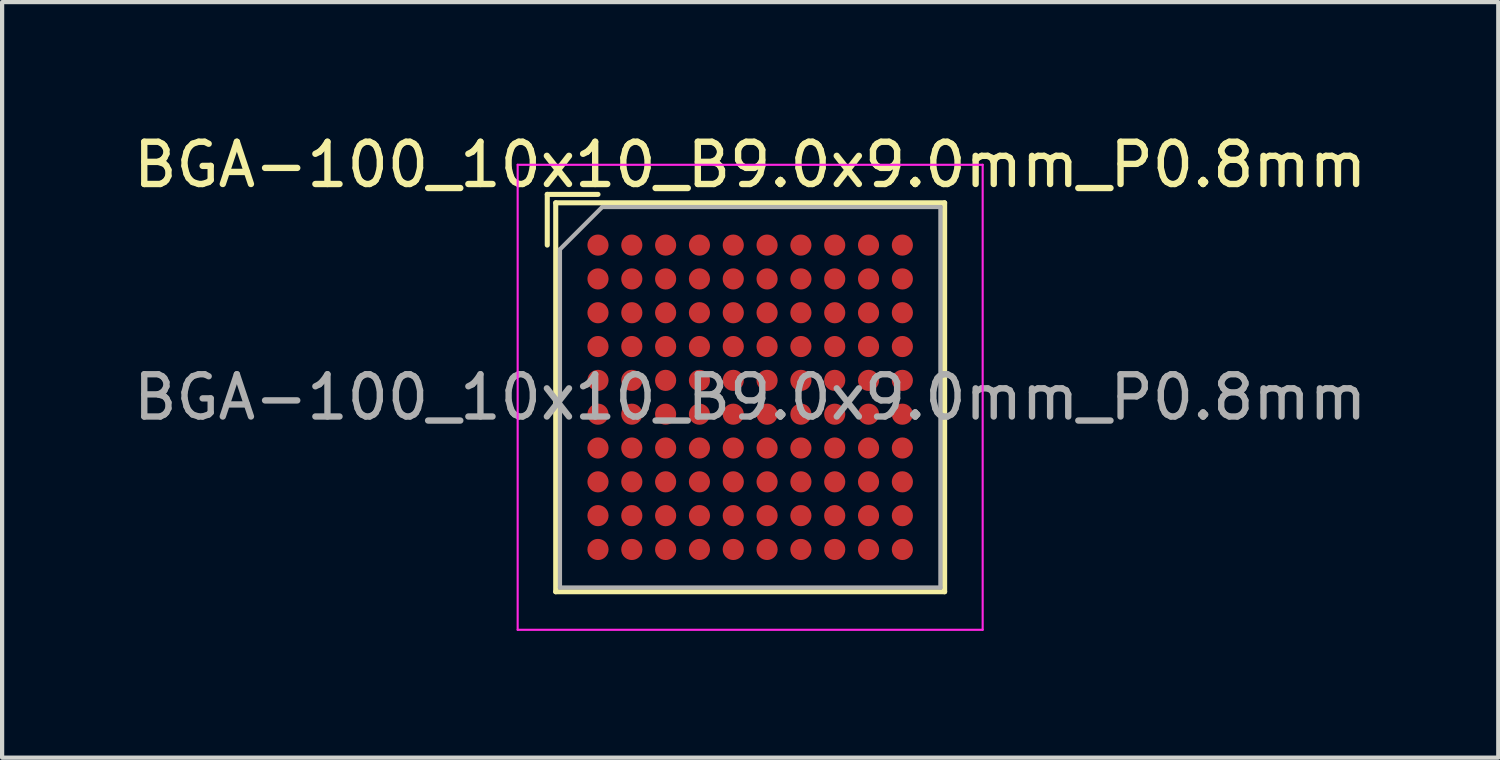
<source format=kicad_pcb>
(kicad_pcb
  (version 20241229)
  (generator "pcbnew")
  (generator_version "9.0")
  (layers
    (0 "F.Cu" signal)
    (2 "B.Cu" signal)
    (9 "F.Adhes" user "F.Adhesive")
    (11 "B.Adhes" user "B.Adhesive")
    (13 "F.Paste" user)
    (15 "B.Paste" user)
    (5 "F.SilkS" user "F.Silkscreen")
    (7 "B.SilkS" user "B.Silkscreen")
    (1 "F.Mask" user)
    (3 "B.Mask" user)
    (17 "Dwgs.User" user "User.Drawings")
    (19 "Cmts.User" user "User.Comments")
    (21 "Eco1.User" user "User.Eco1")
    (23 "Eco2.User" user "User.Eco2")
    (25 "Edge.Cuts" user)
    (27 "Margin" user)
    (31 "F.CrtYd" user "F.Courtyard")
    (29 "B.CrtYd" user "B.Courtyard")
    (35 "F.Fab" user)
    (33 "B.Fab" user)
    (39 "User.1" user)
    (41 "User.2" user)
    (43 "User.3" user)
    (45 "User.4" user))
  (footprint "BGA-100_10x10_B9.0x9.0mm_P0.8mm"
    (layer "F.Cu")
    (at 14.696 6.348)
    (property "Reference" "BGA-100_10x10_B9.0x9.0mm_P0.8mm" (at 0 -5.5 0) (layer "F.SilkS") (effects (font (size 1 1) (thickness 0.15))))
    (attr smd)
    (fp_line (start -4.8 -4.8) (end -3.6 -4.8) (stroke (width 0.12) (type solid)) (layer "F.SilkS"))
    (fp_line (start -4.8 -3.6) (end -4.8 -4.8) (stroke (width 0.12) (type solid)) (layer "F.SilkS"))
    (fp_line (start -4.6 -4.6) (end -4.6 4.6) (stroke (width 0.12) (type solid)) (layer "F.SilkS"))
    (fp_line (start -4.6 4.6) (end 4.6 4.6) (stroke (width 0.12) (type solid)) (layer "F.SilkS"))
    (fp_line (start 4.6 -4.6) (end -4.6 -4.6) (stroke (width 0.12) (type solid)) (layer "F.SilkS"))
    (fp_line (start 4.6 4.6) (end 4.6 -4.6) (stroke (width 0.12) (type solid)) (layer "F.SilkS"))
    (fp_line (start -5.5 -5.5) (end -5.5 5.5) (stroke (width 0.05) (type solid)) (layer "F.CrtYd"))
    (fp_line (start -5.5 -5.5) (end 5.5 -5.5) (stroke (width 0.05) (type solid)) (layer "F.CrtYd"))
    (fp_line (start 5.5 5.5) (end -5.5 5.5) (stroke (width 0.05) (type solid)) (layer "F.CrtYd"))
    (fp_line (start 5.5 5.5) (end 5.5 -5.5) (stroke (width 0.05) (type solid)) (layer "F.CrtYd"))
    (fp_line (start -4.5 -3.5) (end -4.5 4.5) (stroke (width 0.1) (type solid)) (layer "F.Fab"))
    (fp_line (start -4.5 4.5) (end 4.5 4.5) (stroke (width 0.1) (type solid)) (layer "F.Fab"))
    (fp_line (start -3.5 -4.5) (end -4.5 -3.5) (stroke (width 0.1) (type solid)) (layer "F.Fab"))
    (fp_line (start 4.5 -4.5) (end -3.5 -4.5) (stroke (width 0.1) (type solid)) (layer "F.Fab"))
    (fp_line (start 4.5 4.5) (end 4.5 -4.5) (stroke (width 0.1) (type solid)) (layer "F.Fab"))
    (fp_text user "${REFERENCE}" (at 0 0 0) (layer "F.Fab") (effects (font (size 1 1) (thickness 0.15))))
    (pad "A1" smd circle (at -3.6 -3.6) (size 0.5 0.5) (layers "F.Cu" "F.Mask" "F.Paste"))
    (pad "A2" smd circle (at -2.8 -3.6) (size 0.5 0.5) (layers "F.Cu" "F.Mask" "F.Paste"))
    (pad "A3" smd circle (at -2 -3.6) (size 0.5 0.5) (layers "F.Cu" "F.Mask" "F.Paste"))
    (pad "A4" smd circle (at -1.2 -3.6) (size 0.5 0.5) (layers "F.Cu" "F.Mask" "F.Paste"))
    (pad "A5" smd circle (at -0.4 -3.6) (size 0.5 0.5) (layers "F.Cu" "F.Mask" "F.Paste"))
    (pad "A6" smd circle (at 0.4 -3.6) (size 0.5 0.5) (layers "F.Cu" "F.Mask" "F.Paste"))
    (pad "A7" smd circle (at 1.2 -3.6) (size 0.5 0.5) (layers "F.Cu" "F.Mask" "F.Paste"))
    (pad "A8" smd circle (at 2 -3.6) (size 0.5 0.5) (layers "F.Cu" "F.Mask" "F.Paste"))
    (pad "A9" smd circle (at 2.8 -3.6) (size 0.5 0.5) (layers "F.Cu" "F.Mask" "F.Paste"))
    (pad "A10" smd circle (at 3.6 -3.6) (size 0.5 0.5) (layers "F.Cu" "F.Mask" "F.Paste"))
    (pad "B1" smd circle (at -3.6 -2.8) (size 0.5 0.5) (layers "F.Cu" "F.Mask" "F.Paste"))
    (pad "B2" smd circle (at -2.8 -2.8) (size 0.5 0.5) (layers "F.Cu" "F.Mask" "F.Paste"))
    (pad "B3" smd circle (at -2 -2.8) (size 0.5 0.5) (layers "F.Cu" "F.Mask" "F.Paste"))
    (pad "B4" smd circle (at -1.2 -2.8) (size 0.5 0.5) (layers "F.Cu" "F.Mask" "F.Paste"))
    (pad "B5" smd circle (at -0.4 -2.8) (size 0.5 0.5) (layers "F.Cu" "F.Mask" "F.Paste"))
    (pad "B6" smd circle (at 0.4 -2.8) (size 0.5 0.5) (layers "F.Cu" "F.Mask" "F.Paste"))
    (pad "B7" smd circle (at 1.2 -2.8) (size 0.5 0.5) (layers "F.Cu" "F.Mask" "F.Paste"))
    (pad "B8" smd circle (at 2 -2.8) (size 0.5 0.5) (layers "F.Cu" "F.Mask" "F.Paste"))
    (pad "B9" smd circle (at 2.8 -2.8) (size 0.5 0.5) (layers "F.Cu" "F.Mask" "F.Paste"))
    (pad "B10" smd circle (at 3.6 -2.8) (size 0.5 0.5) (layers "F.Cu" "F.Mask" "F.Paste"))
    (pad "C1" smd circle (at -3.6 -2) (size 0.5 0.5) (layers "F.Cu" "F.Mask" "F.Paste"))
    (pad "C2" smd circle (at -2.8 -2) (size 0.5 0.5) (layers "F.Cu" "F.Mask" "F.Paste"))
    (pad "C3" smd circle (at -2 -2) (size 0.5 0.5) (layers "F.Cu" "F.Mask" "F.Paste"))
    (pad "C4" smd circle (at -1.2 -2) (size 0.5 0.5) (layers "F.Cu" "F.Mask" "F.Paste"))
    (pad "C5" smd circle (at -0.4 -2) (size 0.5 0.5) (layers "F.Cu" "F.Mask" "F.Paste"))
    (pad "C6" smd circle (at 0.4 -2) (size 0.5 0.5) (layers "F.Cu" "F.Mask" "F.Paste"))
    (pad "C7" smd circle (at 1.2 -2) (size 0.5 0.5) (layers "F.Cu" "F.Mask" "F.Paste"))
    (pad "C8" smd circle (at 2 -2) (size 0.5 0.5) (layers "F.Cu" "F.Mask" "F.Paste"))
    (pad "C9" smd circle (at 2.8 -2) (size 0.5 0.5) (layers "F.Cu" "F.Mask" "F.Paste"))
    (pad "C10" smd circle (at 3.6 -2) (size 0.5 0.5) (layers "F.Cu" "F.Mask" "F.Paste"))
    (pad "D1" smd circle (at -3.6 -1.2) (size 0.5 0.5) (layers "F.Cu" "F.Mask" "F.Paste"))
    (pad "D2" smd circle (at -2.8 -1.2) (size 0.5 0.5) (layers "F.Cu" "F.Mask" "F.Paste"))
    (pad "D3" smd circle (at -2 -1.2) (size 0.5 0.5) (layers "F.Cu" "F.Mask" "F.Paste"))
    (pad "D4" smd circle (at -1.2 -1.2) (size 0.5 0.5) (layers "F.Cu" "F.Mask" "F.Paste"))
    (pad "D5" smd circle (at -0.4 -1.2) (size 0.5 0.5) (layers "F.Cu" "F.Mask" "F.Paste"))
    (pad "D6" smd circle (at 0.4 -1.2) (size 0.5 0.5) (layers "F.Cu" "F.Mask" "F.Paste"))
    (pad "D7" smd circle (at 1.2 -1.2) (size 0.5 0.5) (layers "F.Cu" "F.Mask" "F.Paste"))
    (pad "D8" smd circle (at 2 -1.2) (size 0.5 0.5) (layers "F.Cu" "F.Mask" "F.Paste"))
    (pad "D9" smd circle (at 2.8 -1.2) (size 0.5 0.5) (layers "F.Cu" "F.Mask" "F.Paste"))
    (pad "D10" smd circle (at 3.6 -1.2) (size 0.5 0.5) (layers "F.Cu" "F.Mask" "F.Paste"))
    (pad "E1" smd circle (at -3.6 -0.4) (size 0.5 0.5) (layers "F.Cu" "F.Mask" "F.Paste"))
    (pad "E2" smd circle (at -2.8 -0.4) (size 0.5 0.5) (layers "F.Cu" "F.Mask" "F.Paste"))
    (pad "E3" smd circle (at -2 -0.4) (size 0.5 0.5) (layers "F.Cu" "F.Mask" "F.Paste"))
    (pad "E4" smd circle (at -1.2 -0.4) (size 0.5 0.5) (layers "F.Cu" "F.Mask" "F.Paste"))
    (pad "E5" smd circle (at -0.4 -0.4) (size 0.5 0.5) (layers "F.Cu" "F.Mask" "F.Paste"))
    (pad "E6" smd circle (at 0.4 -0.4) (size 0.5 0.5) (layers "F.Cu" "F.Mask" "F.Paste"))
    (pad "E7" smd circle (at 1.2 -0.4) (size 0.5 0.5) (layers "F.Cu" "F.Mask" "F.Paste"))
    (pad "E8" smd circle (at 2 -0.4) (size 0.5 0.5) (layers "F.Cu" "F.Mask" "F.Paste"))
    (pad "E9" smd circle (at 2.8 -0.4) (size 0.5 0.5) (layers "F.Cu" "F.Mask" "F.Paste"))
    (pad "E10" smd circle (at 3.6 -0.4) (size 0.5 0.5) (layers "F.Cu" "F.Mask" "F.Paste"))
    (pad "F1" smd circle (at -3.6 0.4) (size 0.5 0.5) (layers "F.Cu" "F.Mask" "F.Paste"))
    (pad "F2" smd circle (at -2.8 0.4) (size 0.5 0.5) (layers "F.Cu" "F.Mask" "F.Paste"))
    (pad "F3" smd circle (at -2 0.4) (size 0.5 0.5) (layers "F.Cu" "F.Mask" "F.Paste"))
    (pad "F4" smd circle (at -1.2 0.4) (size 0.5 0.5) (layers "F.Cu" "F.Mask" "F.Paste"))
    (pad "F5" smd circle (at -0.4 0.4) (size 0.5 0.5) (layers "F.Cu" "F.Mask" "F.Paste"))
    (pad "F6" smd circle (at 0.4 0.4) (size 0.5 0.5) (layers "F.Cu" "F.Mask" "F.Paste"))
    (pad "F7" smd circle (at 1.2 0.4) (size 0.5 0.5) (layers "F.Cu" "F.Mask" "F.Paste"))
    (pad "F8" smd circle (at 2 0.4) (size 0.5 0.5) (layers "F.Cu" "F.Mask" "F.Paste"))
    (pad "F9" smd circle (at 2.8 0.4) (size 0.5 0.5) (layers "F.Cu" "F.Mask" "F.Paste"))
    (pad "F10" smd circle (at 3.6 0.4) (size 0.5 0.5) (layers "F.Cu" "F.Mask" "F.Paste"))
    (pad "G1" smd circle (at -3.6 1.2) (size 0.5 0.5) (layers "F.Cu" "F.Mask" "F.Paste"))
    (pad "G2" smd circle (at -2.8 1.2) (size 0.5 0.5) (layers "F.Cu" "F.Mask" "F.Paste"))
    (pad "G3" smd circle (at -2 1.2) (size 0.5 0.5) (layers "F.Cu" "F.Mask" "F.Paste"))
    (pad "G4" smd circle (at -1.2 1.2) (size 0.5 0.5) (layers "F.Cu" "F.Mask" "F.Paste"))
    (pad "G5" smd circle (at -0.4 1.2) (size 0.5 0.5) (layers "F.Cu" "F.Mask" "F.Paste"))
    (pad "G6" smd circle (at 0.4 1.2) (size 0.5 0.5) (layers "F.Cu" "F.Mask" "F.Paste"))
    (pad "G7" smd circle (at 1.2 1.2) (size 0.5 0.5) (layers "F.Cu" "F.Mask" "F.Paste"))
    (pad "G8" smd circle (at 2 1.2) (size 0.5 0.5) (layers "F.Cu" "F.Mask" "F.Paste"))
    (pad "G9" smd circle (at 2.8 1.2) (size 0.5 0.5) (layers "F.Cu" "F.Mask" "F.Paste"))
    (pad "G10" smd circle (at 3.6 1.2) (size 0.5 0.5) (layers "F.Cu" "F.Mask" "F.Paste"))
    (pad "H1" smd circle (at -3.6 2) (size 0.5 0.5) (layers "F.Cu" "F.Mask" "F.Paste"))
    (pad "H2" smd circle (at -2.8 2) (size 0.5 0.5) (layers "F.Cu" "F.Mask" "F.Paste"))
    (pad "H3" smd circle (at -2 2) (size 0.5 0.5) (layers "F.Cu" "F.Mask" "F.Paste"))
    (pad "H4" smd circle (at -1.2 2) (size 0.5 0.5) (layers "F.Cu" "F.Mask" "F.Paste"))
    (pad "H5" smd circle (at -0.4 2) (size 0.5 0.5) (layers "F.Cu" "F.Mask" "F.Paste"))
    (pad "H6" smd circle (at 0.4 2) (size 0.5 0.5) (layers "F.Cu" "F.Mask" "F.Paste"))
    (pad "H7" smd circle (at 1.2 2) (size 0.5 0.5) (layers "F.Cu" "F.Mask" "F.Paste"))
    (pad "H8" smd circle (at 2 2) (size 0.5 0.5) (layers "F.Cu" "F.Mask" "F.Paste"))
    (pad "H9" smd circle (at 2.8 2) (size 0.5 0.5) (layers "F.Cu" "F.Mask" "F.Paste"))
    (pad "H10" smd circle (at 3.6 2) (size 0.5 0.5) (layers "F.Cu" "F.Mask" "F.Paste"))
    (pad "J1" smd circle (at -3.6 2.8) (size 0.5 0.5) (layers "F.Cu" "F.Mask" "F.Paste"))
    (pad "J2" smd circle (at -2.8 2.8) (size 0.5 0.5) (layers "F.Cu" "F.Mask" "F.Paste"))
    (pad "J3" smd circle (at -2 2.8) (size 0.5 0.5) (layers "F.Cu" "F.Mask" "F.Paste"))
    (pad "J4" smd circle (at -1.2 2.8) (size 0.5 0.5) (layers "F.Cu" "F.Mask" "F.Paste"))
    (pad "J5" smd circle (at -0.4 2.8) (size 0.5 0.5) (layers "F.Cu" "F.Mask" "F.Paste"))
    (pad "J6" smd circle (at 0.4 2.8) (size 0.5 0.5) (layers "F.Cu" "F.Mask" "F.Paste"))
    (pad "J7" smd circle (at 1.2 2.8) (size 0.5 0.5) (layers "F.Cu" "F.Mask" "F.Paste"))
    (pad "J8" smd circle (at 2 2.8) (size 0.5 0.5) (layers "F.Cu" "F.Mask" "F.Paste"))
    (pad "J9" smd circle (at 2.8 2.8) (size 0.5 0.5) (layers "F.Cu" "F.Mask" "F.Paste"))
    (pad "J10" smd circle (at 3.6 2.8) (size 0.5 0.5) (layers "F.Cu" "F.Mask" "F.Paste"))
    (pad "K1" smd circle (at -3.6 3.6) (size 0.5 0.5) (layers "F.Cu" "F.Mask" "F.Paste"))
    (pad "K2" smd circle (at -2.8 3.6) (size 0.5 0.5) (layers "F.Cu" "F.Mask" "F.Paste"))
    (pad "K3" smd circle (at -2 3.6) (size 0.5 0.5) (layers "F.Cu" "F.Mask" "F.Paste"))
    (pad "K4" smd circle (at -1.2 3.6) (size 0.5 0.5) (layers "F.Cu" "F.Mask" "F.Paste"))
    (pad "K5" smd circle (at -0.4 3.6) (size 0.5 0.5) (layers "F.Cu" "F.Mask" "F.Paste"))
    (pad "K6" smd circle (at 0.4 3.6) (size 0.5 0.5) (layers "F.Cu" "F.Mask" "F.Paste"))
    (pad "K7" smd circle (at 1.2 3.6) (size 0.5 0.5) (layers "F.Cu" "F.Mask" "F.Paste"))
    (pad "K8" smd circle (at 2 3.6) (size 0.5 0.5) (layers "F.Cu" "F.Mask" "F.Paste"))
    (pad "K9" smd circle (at 2.8 3.6) (size 0.5 0.5) (layers "F.Cu" "F.Mask" "F.Paste"))
    (pad "K10" smd circle (at 3.6 3.6) (size 0.5 0.5) (layers "F.Cu" "F.Mask" "F.Paste")))
  (gr_rect
    (start -3 -3)
    (end 32.393 14.873)
    (stroke (width 0.1) (type default))
    (fill no)
    (layer "Edge.Cuts")))
</source>
